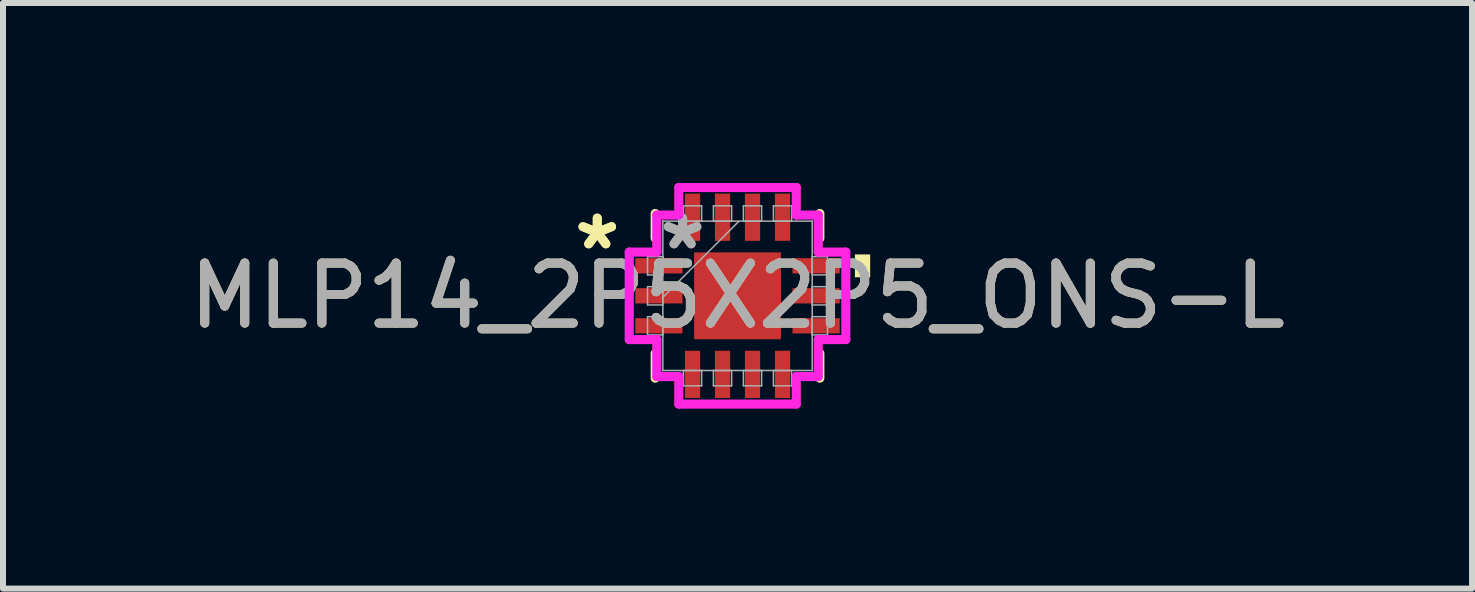
<source format=kicad_pcb>
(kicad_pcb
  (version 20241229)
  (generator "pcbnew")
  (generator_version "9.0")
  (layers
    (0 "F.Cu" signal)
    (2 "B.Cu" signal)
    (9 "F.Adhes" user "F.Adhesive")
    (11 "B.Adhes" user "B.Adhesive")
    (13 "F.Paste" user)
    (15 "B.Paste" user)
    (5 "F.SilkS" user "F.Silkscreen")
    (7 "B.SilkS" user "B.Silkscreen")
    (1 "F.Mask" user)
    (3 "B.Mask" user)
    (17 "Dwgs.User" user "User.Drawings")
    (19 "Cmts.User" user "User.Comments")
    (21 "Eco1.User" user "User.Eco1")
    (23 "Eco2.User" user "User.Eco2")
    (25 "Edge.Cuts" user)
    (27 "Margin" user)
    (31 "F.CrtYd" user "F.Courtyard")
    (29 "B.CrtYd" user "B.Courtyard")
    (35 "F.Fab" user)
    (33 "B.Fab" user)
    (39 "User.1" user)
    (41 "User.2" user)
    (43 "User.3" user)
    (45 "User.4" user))
  (footprint "MLP14_2P5X2P5_ONS-L"
    (layer "F.Cu")
    (at 9.244 1.881)
    (property "Reference" "MLP14_2P5X2P5_ONS-L" (at 0 0 0) (unlocked yes) (layer "F.SilkS") (effects (font (size 1 1) (thickness 0.15))))
    (attr smd)
    (fp_line (start -1.372 -1.372) (end -1.372 -0.96) (stroke (width 0.152) (type solid)) (layer "F.SilkS"))
    (fp_line (start -1.372 0.96) (end -1.372 1.372) (stroke (width 0.152) (type solid)) (layer "F.SilkS"))
    (fp_line (start 1.372 -0.96) (end 1.372 -1.372) (stroke (width 0.152) (type solid)) (layer "F.SilkS"))
    (fp_line (start 1.372 1.372) (end 1.372 0.96) (stroke (width 0.152) (type solid)) (layer "F.SilkS"))
    (fp_poly (pts (xy 2.211 -0.69) (xy 2.211 -0.309) (xy 1.957 -0.309) (xy 1.957 -0.69)) (stroke (width 0) (type solid)) (fill yes) (layer "F.SilkS"))
    (fp_line (start -1.805 -0.729) (end -1.346 -0.729) (stroke (width 0.152) (type solid)) (layer "F.CrtYd"))
    (fp_line (start -1.805 0.729) (end -1.805 -0.729) (stroke (width 0.152) (type solid)) (layer "F.CrtYd"))
    (fp_line (start -1.346 -1.346) (end -0.979 -1.346) (stroke (width 0.152) (type solid)) (layer "F.CrtYd"))
    (fp_line (start -1.346 -0.729) (end -1.346 -1.346) (stroke (width 0.152) (type solid)) (layer "F.CrtYd"))
    (fp_line (start -1.346 0.729) (end -1.805 0.729) (stroke (width 0.152) (type solid)) (layer "F.CrtYd"))
    (fp_line (start -1.346 1.346) (end -1.346 0.729) (stroke (width 0.152) (type solid)) (layer "F.CrtYd"))
    (fp_line (start -0.979 -1.805) (end 0.979 -1.805) (stroke (width 0.152) (type solid)) (layer "F.CrtYd"))
    (fp_line (start -0.979 -1.346) (end -0.979 -1.805) (stroke (width 0.152) (type solid)) (layer "F.CrtYd"))
    (fp_line (start -0.979 1.346) (end -1.346 1.346) (stroke (width 0.152) (type solid)) (layer "F.CrtYd"))
    (fp_line (start -0.979 1.805) (end -0.979 1.346) (stroke (width 0.152) (type solid)) (layer "F.CrtYd"))
    (fp_line (start 0.979 -1.805) (end 0.979 -1.346) (stroke (width 0.152) (type solid)) (layer "F.CrtYd"))
    (fp_line (start 0.979 -1.346) (end 1.346 -1.346) (stroke (width 0.152) (type solid)) (layer "F.CrtYd"))
    (fp_line (start 0.979 1.346) (end 0.979 1.805) (stroke (width 0.152) (type solid)) (layer "F.CrtYd"))
    (fp_line (start 0.979 1.805) (end -0.979 1.805) (stroke (width 0.152) (type solid)) (layer "F.CrtYd"))
    (fp_line (start 1.346 -1.346) (end 1.346 -0.729) (stroke (width 0.152) (type solid)) (layer "F.CrtYd"))
    (fp_line (start 1.346 -0.729) (end 1.805 -0.729) (stroke (width 0.152) (type solid)) (layer "F.CrtYd"))
    (fp_line (start 1.346 0.729) (end 1.346 1.346) (stroke (width 0.152) (type solid)) (layer "F.CrtYd"))
    (fp_line (start 1.346 1.346) (end 0.979 1.346) (stroke (width 0.152) (type solid)) (layer "F.CrtYd"))
    (fp_line (start 1.805 -0.729) (end 1.805 0.729) (stroke (width 0.152) (type solid)) (layer "F.CrtYd"))
    (fp_line (start 1.805 0.729) (end 1.346 0.729) (stroke (width 0.152) (type solid)) (layer "F.CrtYd"))
    (fp_line (start -1.5 -0.652) (end -1.5 -0.348) (stroke (width 0.025) (type solid)) (layer "F.Fab"))
    (fp_line (start -1.5 -0.348) (end -1.245 -0.348) (stroke (width 0.025) (type solid)) (layer "F.Fab"))
    (fp_line (start -1.5 -0.152) (end -1.5 0.152) (stroke (width 0.025) (type solid)) (layer "F.Fab"))
    (fp_line (start -1.5 0.152) (end -1.245 0.152) (stroke (width 0.025) (type solid)) (layer "F.Fab"))
    (fp_line (start -1.5 0.348) (end -1.5 0.652) (stroke (width 0.025) (type solid)) (layer "F.Fab"))
    (fp_line (start -1.5 0.652) (end -1.245 0.652) (stroke (width 0.025) (type solid)) (layer "F.Fab"))
    (fp_line (start -1.245 -1.245) (end -1.245 -1.245) (stroke (width 0.025) (type solid)) (layer "F.Fab"))
    (fp_line (start -1.245 -1.245) (end -1.245 1.245) (stroke (width 0.025) (type solid)) (layer "F.Fab"))
    (fp_line (start -1.245 -0.652) (end -1.5 -0.652) (stroke (width 0.025) (type solid)) (layer "F.Fab"))
    (fp_line (start -1.245 -0.348) (end -1.245 -0.652) (stroke (width 0.025) (type solid)) (layer "F.Fab"))
    (fp_line (start -1.245 -0.152) (end -1.5 -0.152) (stroke (width 0.025) (type solid)) (layer "F.Fab"))
    (fp_line (start -1.245 0.025) (end 0.025 -1.245) (stroke (width 0.025) (type solid)) (layer "F.Fab"))
    (fp_line (start -1.245 0.152) (end -1.245 -0.152) (stroke (width 0.025) (type solid)) (layer "F.Fab"))
    (fp_line (start -1.245 0.348) (end -1.5 0.348) (stroke (width 0.025) (type solid)) (layer "F.Fab"))
    (fp_line (start -1.245 0.652) (end -1.245 0.348) (stroke (width 0.025) (type solid)) (layer "F.Fab"))
    (fp_line (start -1.245 1.245) (end -1.245 1.245) (stroke (width 0.025) (type solid)) (layer "F.Fab"))
    (fp_line (start -1.245 1.245) (end 1.245 1.245) (stroke (width 0.025) (type solid)) (layer "F.Fab"))
    (fp_line (start -0.902 -1.5) (end -0.902 -1.245) (stroke (width 0.025) (type solid)) (layer "F.Fab"))
    (fp_line (start -0.902 -1.245) (end -0.598 -1.245) (stroke (width 0.025) (type solid)) (layer "F.Fab"))
    (fp_line (start -0.902 1.245) (end -0.902 1.5) (stroke (width 0.025) (type solid)) (layer "F.Fab"))
    (fp_line (start -0.902 1.5) (end -0.598 1.5) (stroke (width 0.025) (type solid)) (layer "F.Fab"))
    (fp_line (start -0.598 -1.5) (end -0.902 -1.5) (stroke (width 0.025) (type solid)) (layer "F.Fab"))
    (fp_line (start -0.598 -1.245) (end -0.598 -1.5) (stroke (width 0.025) (type solid)) (layer "F.Fab"))
    (fp_line (start -0.598 1.245) (end -0.902 1.245) (stroke (width 0.025) (type solid)) (layer "F.Fab"))
    (fp_line (start -0.598 1.5) (end -0.598 1.245) (stroke (width 0.025) (type solid)) (layer "F.Fab"))
    (fp_line (start -0.402 -1.5) (end -0.402 -1.245) (stroke (width 0.025) (type solid)) (layer "F.Fab"))
    (fp_line (start -0.402 -1.245) (end -0.098 -1.245) (stroke (width 0.025) (type solid)) (layer "F.Fab"))
    (fp_line (start -0.402 1.245) (end -0.402 1.5) (stroke (width 0.025) (type solid)) (layer "F.Fab"))
    (fp_line (start -0.402 1.5) (end -0.098 1.5) (stroke (width 0.025) (type solid)) (layer "F.Fab"))
    (fp_line (start -0.098 -1.5) (end -0.402 -1.5) (stroke (width 0.025) (type solid)) (layer "F.Fab"))
    (fp_line (start -0.098 -1.245) (end -0.098 -1.5) (stroke (width 0.025) (type solid)) (layer "F.Fab"))
    (fp_line (start -0.098 1.245) (end -0.402 1.245) (stroke (width 0.025) (type solid)) (layer "F.Fab"))
    (fp_line (start -0.098 1.5) (end -0.098 1.245) (stroke (width 0.025) (type solid)) (layer "F.Fab"))
    (fp_line (start 0.098 -1.5) (end 0.098 -1.245) (stroke (width 0.025) (type solid)) (layer "F.Fab"))
    (fp_line (start 0.098 -1.245) (end 0.402 -1.245) (stroke (width 0.025) (type solid)) (layer "F.Fab"))
    (fp_line (start 0.098 1.245) (end 0.098 1.5) (stroke (width 0.025) (type solid)) (layer "F.Fab"))
    (fp_line (start 0.098 1.5) (end 0.402 1.5) (stroke (width 0.025) (type solid)) (layer "F.Fab"))
    (fp_line (start 0.402 -1.5) (end 0.098 -1.5) (stroke (width 0.025) (type solid)) (layer "F.Fab"))
    (fp_line (start 0.402 -1.245) (end 0.402 -1.5) (stroke (width 0.025) (type solid)) (layer "F.Fab"))
    (fp_line (start 0.402 1.245) (end 0.098 1.245) (stroke (width 0.025) (type solid)) (layer "F.Fab"))
    (fp_line (start 0.402 1.5) (end 0.402 1.245) (stroke (width 0.025) (type solid)) (layer "F.Fab"))
    (fp_line (start 0.598 -1.5) (end 0.598 -1.245) (stroke (width 0.025) (type solid)) (layer "F.Fab"))
    (fp_line (start 0.598 -1.245) (end 0.902 -1.245) (stroke (width 0.025) (type solid)) (layer "F.Fab"))
    (fp_line (start 0.598 1.245) (end 0.598 1.5) (stroke (width 0.025) (type solid)) (layer "F.Fab"))
    (fp_line (start 0.598 1.5) (end 0.902 1.5) (stroke (width 0.025) (type solid)) (layer "F.Fab"))
    (fp_line (start 0.902 -1.5) (end 0.598 -1.5) (stroke (width 0.025) (type solid)) (layer "F.Fab"))
    (fp_line (start 0.902 -1.245) (end 0.902 -1.5) (stroke (width 0.025) (type solid)) (layer "F.Fab"))
    (fp_line (start 0.902 1.245) (end 0.598 1.245) (stroke (width 0.025) (type solid)) (layer "F.Fab"))
    (fp_line (start 0.902 1.5) (end 0.902 1.245) (stroke (width 0.025) (type solid)) (layer "F.Fab"))
    (fp_line (start 1.245 -1.245) (end -1.245 -1.245) (stroke (width 0.025) (type solid)) (layer "F.Fab"))
    (fp_line (start 1.245 -1.245) (end 1.245 -1.245) (stroke (width 0.025) (type solid)) (layer "F.Fab"))
    (fp_line (start 1.245 -0.652) (end 1.245 -0.348) (stroke (width 0.025) (type solid)) (layer "F.Fab"))
    (fp_line (start 1.245 -0.348) (end 1.5 -0.348) (stroke (width 0.025) (type solid)) (layer "F.Fab"))
    (fp_line (start 1.245 -0.152) (end 1.245 0.152) (stroke (width 0.025) (type solid)) (layer "F.Fab"))
    (fp_line (start 1.245 0.152) (end 1.5 0.152) (stroke (width 0.025) (type solid)) (layer "F.Fab"))
    (fp_line (start 1.245 0.348) (end 1.245 0.652) (stroke (width 0.025) (type solid)) (layer "F.Fab"))
    (fp_line (start 1.245 0.652) (end 1.5 0.652) (stroke (width 0.025) (type solid)) (layer "F.Fab"))
    (fp_line (start 1.245 1.245) (end 1.245 -1.245) (stroke (width 0.025) (type solid)) (layer "F.Fab"))
    (fp_line (start 1.245 1.245) (end 1.245 1.245) (stroke (width 0.025) (type solid)) (layer "F.Fab"))
    (fp_line (start 1.5 -0.652) (end 1.245 -0.652) (stroke (width 0.025) (type solid)) (layer "F.Fab"))
    (fp_line (start 1.5 -0.348) (end 1.5 -0.652) (stroke (width 0.025) (type solid)) (layer "F.Fab"))
    (fp_line (start 1.5 -0.152) (end 1.245 -0.152) (stroke (width 0.025) (type solid)) (layer "F.Fab"))
    (fp_line (start 1.5 0.152) (end 1.5 -0.152) (stroke (width 0.025) (type solid)) (layer "F.Fab"))
    (fp_line (start 1.5 0.348) (end 1.245 0.348) (stroke (width 0.025) (type solid)) (layer "F.Fab"))
    (fp_line (start 1.5 0.652) (end 1.5 0.348) (stroke (width 0.025) (type solid)) (layer "F.Fab"))
    (fp_text user "*" (at -2.338 -0.75 0) (layer "F.SilkS") (effects (font (size 1 1) (thickness 0.15))))
    (fp_text user "*" (at -2.338 -0.75 0) (unlocked yes) (layer "F.SilkS") (effects (font (size 1 1) (thickness 0.15))))
    (fp_text user "*" (at -0.916 -0.75 0) (unlocked yes) (layer "F.Fab") (effects (font (size 1 1) (thickness 0.15))))
    (fp_text user "*" (at -0.916 -0.75 0) (layer "F.Fab") (effects (font (size 1 1) (thickness 0.15))))
    (fp_text user "${REFERENCE}" (at 0 0 0) (unlocked yes) (layer "F.Fab") (effects (font (size 1 1) (thickness 0.15))))
    (pad "1" smd rect (at -1.31 -0.5 90) (size 0.254 0.787) (layers "F.Cu" "F.Mask" "F.Paste"))
    (pad "2" smd rect (at -1.31 0 90) (size 0.254 0.787) (layers "F.Cu" "F.Mask" "F.Paste"))
    (pad "3" smd rect (at -1.31 0.5 90) (size 0.254 0.787) (layers "F.Cu" "F.Mask" "F.Paste"))
    (pad "4" smd rect (at -0.75 1.31) (size 0.254 0.787) (layers "F.Cu" "F.Mask" "F.Paste"))
    (pad "5" smd rect (at -0.25 1.31) (size 0.254 0.787) (layers "F.Cu" "F.Mask" "F.Paste"))
    (pad "6" smd rect (at 0.25 1.31) (size 0.254 0.787) (layers "F.Cu" "F.Mask" "F.Paste"))
    (pad "7" smd rect (at 0.75 1.31) (size 0.254 0.787) (layers "F.Cu" "F.Mask" "F.Paste"))
    (pad "8" smd rect (at 1.31 0.5 90) (size 0.254 0.787) (layers "F.Cu" "F.Mask" "F.Paste"))
    (pad "9" smd rect (at 1.31 0 90) (size 0.254 0.787) (layers "F.Cu" "F.Mask" "F.Paste"))
    (pad "10" smd rect (at 1.31 -0.5 90) (size 0.254 0.787) (layers "F.Cu" "F.Mask" "F.Paste"))
    (pad "11" smd rect (at 0.75 -1.31) (size 0.254 0.787) (layers "F.Cu" "F.Mask" "F.Paste"))
    (pad "12" smd rect (at 0.25 -1.31) (size 0.254 0.787) (layers "F.Cu" "F.Mask" "F.Paste"))
    (pad "13" smd rect (at -0.25 -1.31) (size 0.254 0.787) (layers "F.Cu" "F.Mask" "F.Paste"))
    (pad "14" smd rect (at -0.75 -1.31) (size 0.254 0.787) (layers "F.Cu" "F.Mask" "F.Paste"))
    (pad "15" smd rect (at 0 0) (size 1.448 1.448) (layers "F.Cu" "F.Mask" "F.Paste")))
  (gr_rect
    (start -3 -3)
    (end 21.488 6.762)
    (stroke (width 0.1) (type default))
    (fill no)
    (layer "Edge.Cuts")))
</source>
